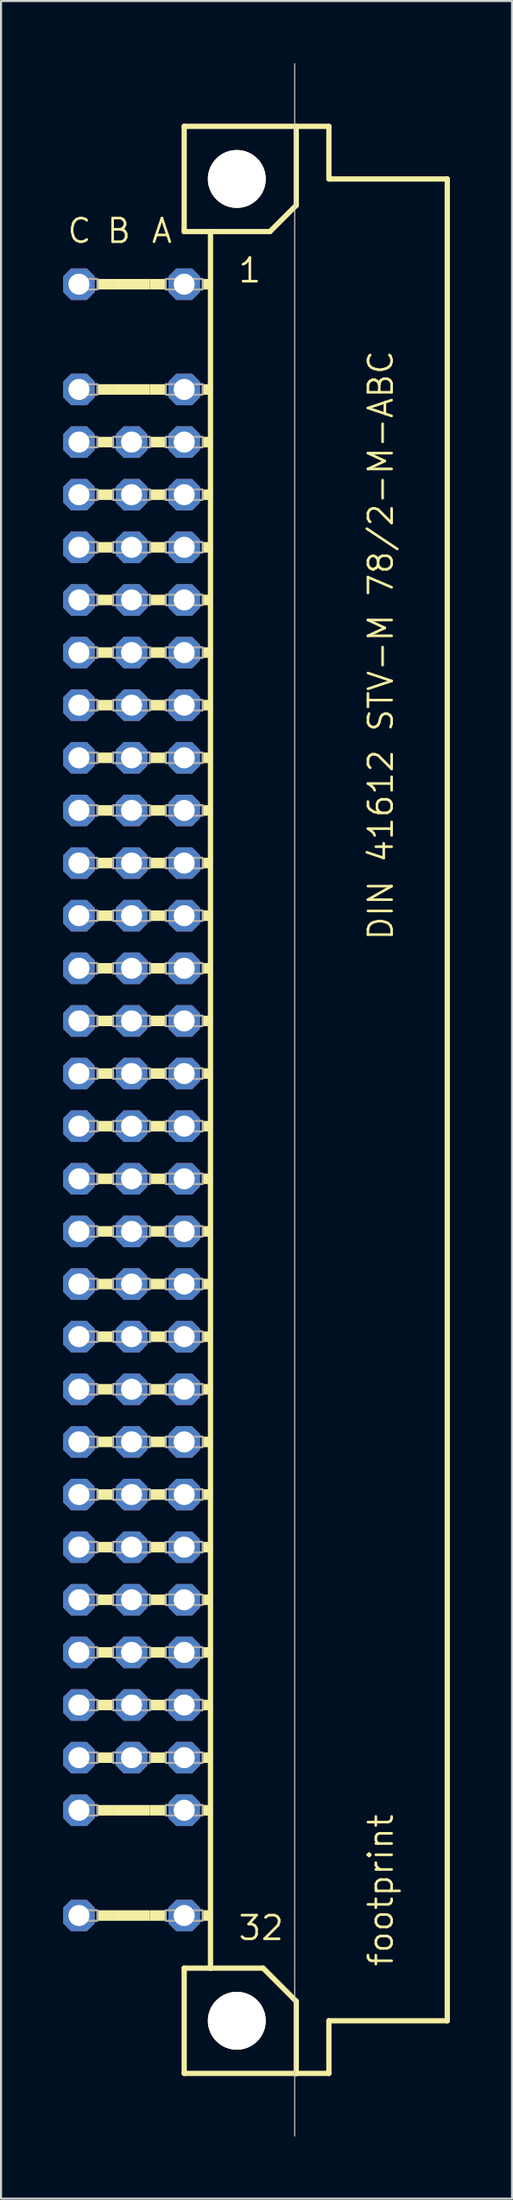
<source format=kicad_pcb>
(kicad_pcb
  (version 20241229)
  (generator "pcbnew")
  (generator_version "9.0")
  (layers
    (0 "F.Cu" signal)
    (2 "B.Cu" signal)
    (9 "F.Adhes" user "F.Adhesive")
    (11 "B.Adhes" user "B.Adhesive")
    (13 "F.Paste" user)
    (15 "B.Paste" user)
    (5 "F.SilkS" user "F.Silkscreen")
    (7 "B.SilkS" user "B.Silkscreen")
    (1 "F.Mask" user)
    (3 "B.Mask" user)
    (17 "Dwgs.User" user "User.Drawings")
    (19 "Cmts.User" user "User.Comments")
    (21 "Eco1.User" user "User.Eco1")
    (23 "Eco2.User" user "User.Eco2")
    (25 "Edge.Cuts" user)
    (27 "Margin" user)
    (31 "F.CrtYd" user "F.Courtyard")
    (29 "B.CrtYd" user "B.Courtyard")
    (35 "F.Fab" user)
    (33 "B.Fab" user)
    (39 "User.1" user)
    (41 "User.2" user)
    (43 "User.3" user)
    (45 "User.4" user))
  (footprint "footprint"
    (layer "F.Cu")
    (at 8.382 50.038)
    (property "Reference" "footprint" (at 7.62 41.91 90) (layer "F.SilkS") (effects (font (size 1.143 1.143) (thickness 0.127)) (justify left bottom)))
    (fp_line (start -2.54 -46.99) (end -2.54 -41.91) (stroke (width 0.254) (type solid)) (layer "F.SilkS"))
    (fp_line (start -2.54 -41.91) (end -1.27 -41.91) (stroke (width 0.254) (type solid)) (layer "F.SilkS"))
    (fp_line (start -2.54 41.91) (end -2.54 46.99) (stroke (width 0.254) (type solid)) (layer "F.SilkS"))
    (fp_line (start -2.54 41.91) (end -1.27 41.91) (stroke (width 0.254) (type solid)) (layer "F.SilkS"))
    (fp_line (start -2.54 46.99) (end 2.87 46.99) (stroke (width 0.254) (type solid)) (layer "F.SilkS"))
    (fp_line (start -1.27 -41.91) (end -1.27 41.91) (stroke (width 0.254) (type solid)) (layer "F.SilkS"))
    (fp_line (start -1.27 -41.91) (end 1.6 -41.91) (stroke (width 0.254) (type solid)) (layer "F.SilkS"))
    (fp_line (start -1.27 41.91) (end 1.27 41.91) (stroke (width 0.254) (type solid)) (layer "F.SilkS"))
    (fp_line (start 1.6 -41.91) (end 2.87 -43.18) (stroke (width 0.254) (type solid)) (layer "F.SilkS"))
    (fp_line (start 2.87 -46.99) (end -2.54 -46.99) (stroke (width 0.254) (type solid)) (layer "F.SilkS"))
    (fp_line (start 2.87 -43.18) (end 2.87 -46.99) (stroke (width 0.254) (type solid)) (layer "F.SilkS"))
    (fp_line (start 2.87 43.51) (end 1.27 41.91) (stroke (width 0.254) (type solid)) (layer "F.SilkS"))
    (fp_line (start 2.87 43.51) (end 2.87 46.99) (stroke (width 0.254) (type solid)) (layer "F.SilkS"))
    (fp_line (start 2.87 46.99) (end 4.445 46.99) (stroke (width 0.254) (type solid)) (layer "F.SilkS"))
    (fp_line (start 4.445 -46.99) (end 2.87 -46.99) (stroke (width 0.254) (type solid)) (layer "F.SilkS"))
    (fp_line (start 4.445 -44.45) (end 4.445 -46.99) (stroke (width 0.254) (type solid)) (layer "F.SilkS"))
    (fp_line (start 4.445 44.45) (end 10.16 44.45) (stroke (width 0.254) (type solid)) (layer "F.SilkS"))
    (fp_line (start 4.445 46.99) (end 4.445 44.45) (stroke (width 0.254) (type solid)) (layer "F.SilkS"))
    (fp_line (start 10.16 -44.45) (end 4.445 -44.45) (stroke (width 0.254) (type solid)) (layer "F.SilkS"))
    (fp_line (start 10.16 44.45) (end 10.16 -44.45) (stroke (width 0.254) (type solid)) (layer "F.SilkS"))
    (fp_circle (center 0 -44.45) (end 1.27 -44.45) (stroke (width 0.254) (type solid)) (fill no) (layer "F.SilkS"))
    (fp_circle (center 0 44.45) (end 1.27 44.45) (stroke (width 0.254) (type solid)) (fill no) (layer "F.SilkS"))
    (fp_poly (pts (xy -6.731 -39.116) (xy -5.969 -39.116) (xy -5.969 -39.624) (xy -6.731 -39.624)) (stroke (width 0) (type solid)) (fill yes) (layer "F.SilkS"))
    (fp_poly (pts (xy -6.731 -34.036) (xy -5.969 -34.036) (xy -5.969 -34.544) (xy -6.731 -34.544)) (stroke (width 0) (type solid)) (fill yes) (layer "F.SilkS"))
    (fp_poly (pts (xy -6.731 -31.496) (xy -5.969 -31.496) (xy -5.969 -32.004) (xy -6.731 -32.004)) (stroke (width 0) (type solid)) (fill yes) (layer "F.SilkS"))
    (fp_poly (pts (xy -6.731 -28.956) (xy -5.969 -28.956) (xy -5.969 -29.464) (xy -6.731 -29.464)) (stroke (width 0) (type solid)) (fill yes) (layer "F.SilkS"))
    (fp_poly (pts (xy -6.731 -26.416) (xy -5.969 -26.416) (xy -5.969 -26.924) (xy -6.731 -26.924)) (stroke (width 0) (type solid)) (fill yes) (layer "F.SilkS"))
    (fp_poly (pts (xy -6.731 -23.876) (xy -5.969 -23.876) (xy -5.969 -24.384) (xy -6.731 -24.384)) (stroke (width 0) (type solid)) (fill yes) (layer "F.SilkS"))
    (fp_poly (pts (xy -6.731 -21.336) (xy -5.969 -21.336) (xy -5.969 -21.844) (xy -6.731 -21.844)) (stroke (width 0) (type solid)) (fill yes) (layer "F.SilkS"))
    (fp_poly (pts (xy -6.731 -18.796) (xy -5.969 -18.796) (xy -5.969 -19.304) (xy -6.731 -19.304)) (stroke (width 0) (type solid)) (fill yes) (layer "F.SilkS"))
    (fp_poly (pts (xy -6.731 -16.256) (xy -5.969 -16.256) (xy -5.969 -16.764) (xy -6.731 -16.764)) (stroke (width 0) (type solid)) (fill yes) (layer "F.SilkS"))
    (fp_poly (pts (xy -6.731 -13.716) (xy -5.969 -13.716) (xy -5.969 -14.224) (xy -6.731 -14.224)) (stroke (width 0) (type solid)) (fill yes) (layer "F.SilkS"))
    (fp_poly (pts (xy -6.731 -11.176) (xy -5.969 -11.176) (xy -5.969 -11.684) (xy -6.731 -11.684)) (stroke (width 0) (type solid)) (fill yes) (layer "F.SilkS"))
    (fp_poly (pts (xy -6.731 -8.636) (xy -5.969 -8.636) (xy -5.969 -9.144) (xy -6.731 -9.144)) (stroke (width 0) (type solid)) (fill yes) (layer "F.SilkS"))
    (fp_poly (pts (xy -6.731 -6.096) (xy -5.969 -6.096) (xy -5.969 -6.604) (xy -6.731 -6.604)) (stroke (width 0) (type solid)) (fill yes) (layer "F.SilkS"))
    (fp_poly (pts (xy -6.731 -3.556) (xy -5.969 -3.556) (xy -5.969 -4.064) (xy -6.731 -4.064)) (stroke (width 0) (type solid)) (fill yes) (layer "F.SilkS"))
    (fp_poly (pts (xy -6.731 -1.016) (xy -5.969 -1.016) (xy -5.969 -1.524) (xy -6.731 -1.524)) (stroke (width 0) (type solid)) (fill yes) (layer "F.SilkS"))
    (fp_poly (pts (xy -6.731 1.524) (xy -5.969 1.524) (xy -5.969 1.016) (xy -6.731 1.016)) (stroke (width 0) (type solid)) (fill yes) (layer "F.SilkS"))
    (fp_poly (pts (xy -6.731 4.064) (xy -5.969 4.064) (xy -5.969 3.556) (xy -6.731 3.556)) (stroke (width 0) (type solid)) (fill yes) (layer "F.SilkS"))
    (fp_poly (pts (xy -6.731 6.604) (xy -5.969 6.604) (xy -5.969 6.096) (xy -6.731 6.096)) (stroke (width 0) (type solid)) (fill yes) (layer "F.SilkS"))
    (fp_poly (pts (xy -6.731 9.144) (xy -5.969 9.144) (xy -5.969 8.636) (xy -6.731 8.636)) (stroke (width 0) (type solid)) (fill yes) (layer "F.SilkS"))
    (fp_poly (pts (xy -6.731 11.684) (xy -5.969 11.684) (xy -5.969 11.176) (xy -6.731 11.176)) (stroke (width 0) (type solid)) (fill yes) (layer "F.SilkS"))
    (fp_poly (pts (xy -6.731 14.224) (xy -5.969 14.224) (xy -5.969 13.716) (xy -6.731 13.716)) (stroke (width 0) (type solid)) (fill yes) (layer "F.SilkS"))
    (fp_poly (pts (xy -6.731 16.764) (xy -5.969 16.764) (xy -5.969 16.256) (xy -6.731 16.256)) (stroke (width 0) (type solid)) (fill yes) (layer "F.SilkS"))
    (fp_poly (pts (xy -6.731 19.304) (xy -5.969 19.304) (xy -5.969 18.796) (xy -6.731 18.796)) (stroke (width 0) (type solid)) (fill yes) (layer "F.SilkS"))
    (fp_poly (pts (xy -6.731 21.844) (xy -5.969 21.844) (xy -5.969 21.336) (xy -6.731 21.336)) (stroke (width 0) (type solid)) (fill yes) (layer "F.SilkS"))
    (fp_poly (pts (xy -6.731 24.384) (xy -5.969 24.384) (xy -5.969 23.876) (xy -6.731 23.876)) (stroke (width 0) (type solid)) (fill yes) (layer "F.SilkS"))
    (fp_poly (pts (xy -6.731 26.924) (xy -5.969 26.924) (xy -5.969 26.416) (xy -6.731 26.416)) (stroke (width 0) (type solid)) (fill yes) (layer "F.SilkS"))
    (fp_poly (pts (xy -6.731 29.464) (xy -5.969 29.464) (xy -5.969 28.956) (xy -6.731 28.956)) (stroke (width 0) (type solid)) (fill yes) (layer "F.SilkS"))
    (fp_poly (pts (xy -6.731 32.004) (xy -5.969 32.004) (xy -5.969 31.496) (xy -6.731 31.496)) (stroke (width 0) (type solid)) (fill yes) (layer "F.SilkS"))
    (fp_poly (pts (xy -6.731 34.544) (xy -5.969 34.544) (xy -5.969 34.036) (xy -6.731 34.036)) (stroke (width 0) (type solid)) (fill yes) (layer "F.SilkS"))
    (fp_poly (pts (xy -6.731 39.624) (xy -5.969 39.624) (xy -5.969 39.116) (xy -6.731 39.116)) (stroke (width 0) (type solid)) (fill yes) (layer "F.SilkS"))
    (fp_poly (pts (xy -5.969 -39.116) (xy -4.191 -39.116) (xy -4.191 -39.624) (xy -5.969 -39.624)) (stroke (width 0) (type solid)) (fill yes) (layer "F.SilkS"))
    (fp_poly (pts (xy -5.969 -34.036) (xy -4.191 -34.036) (xy -4.191 -34.544) (xy -5.969 -34.544)) (stroke (width 0) (type solid)) (fill yes) (layer "F.SilkS"))
    (fp_poly (pts (xy -5.969 34.544) (xy -4.191 34.544) (xy -4.191 34.036) (xy -5.969 34.036)) (stroke (width 0) (type solid)) (fill yes) (layer "F.SilkS"))
    (fp_poly (pts (xy -5.969 39.624) (xy -4.191 39.624) (xy -4.191 39.116) (xy -5.969 39.116)) (stroke (width 0) (type solid)) (fill yes) (layer "F.SilkS"))
    (fp_poly (pts (xy -4.191 -39.116) (xy -3.429 -39.116) (xy -3.429 -39.624) (xy -4.191 -39.624)) (stroke (width 0) (type solid)) (fill yes) (layer "F.SilkS"))
    (fp_poly (pts (xy -4.191 -34.036) (xy -3.429 -34.036) (xy -3.429 -34.544) (xy -4.191 -34.544)) (stroke (width 0) (type solid)) (fill yes) (layer "F.SilkS"))
    (fp_poly (pts (xy -4.191 -31.496) (xy -3.429 -31.496) (xy -3.429 -32.004) (xy -4.191 -32.004)) (stroke (width 0) (type solid)) (fill yes) (layer "F.SilkS"))
    (fp_poly (pts (xy -4.191 -28.956) (xy -3.429 -28.956) (xy -3.429 -29.464) (xy -4.191 -29.464)) (stroke (width 0) (type solid)) (fill yes) (layer "F.SilkS"))
    (fp_poly (pts (xy -4.191 -26.416) (xy -3.429 -26.416) (xy -3.429 -26.924) (xy -4.191 -26.924)) (stroke (width 0) (type solid)) (fill yes) (layer "F.SilkS"))
    (fp_poly (pts (xy -4.191 -23.876) (xy -3.429 -23.876) (xy -3.429 -24.384) (xy -4.191 -24.384)) (stroke (width 0) (type solid)) (fill yes) (layer "F.SilkS"))
    (fp_poly (pts (xy -4.191 -21.336) (xy -3.429 -21.336) (xy -3.429 -21.844) (xy -4.191 -21.844)) (stroke (width 0) (type solid)) (fill yes) (layer "F.SilkS"))
    (fp_poly (pts (xy -4.191 -18.796) (xy -3.429 -18.796) (xy -3.429 -19.304) (xy -4.191 -19.304)) (stroke (width 0) (type solid)) (fill yes) (layer "F.SilkS"))
    (fp_poly (pts (xy -4.191 -16.256) (xy -3.429 -16.256) (xy -3.429 -16.764) (xy -4.191 -16.764)) (stroke (width 0) (type solid)) (fill yes) (layer "F.SilkS"))
    (fp_poly (pts (xy -4.191 -13.716) (xy -3.429 -13.716) (xy -3.429 -14.224) (xy -4.191 -14.224)) (stroke (width 0) (type solid)) (fill yes) (layer "F.SilkS"))
    (fp_poly (pts (xy -4.191 -11.176) (xy -3.429 -11.176) (xy -3.429 -11.684) (xy -4.191 -11.684)) (stroke (width 0) (type solid)) (fill yes) (layer "F.SilkS"))
    (fp_poly (pts (xy -4.191 -8.636) (xy -3.429 -8.636) (xy -3.429 -9.144) (xy -4.191 -9.144)) (stroke (width 0) (type solid)) (fill yes) (layer "F.SilkS"))
    (fp_poly (pts (xy -4.191 -6.096) (xy -3.429 -6.096) (xy -3.429 -6.604) (xy -4.191 -6.604)) (stroke (width 0) (type solid)) (fill yes) (layer "F.SilkS"))
    (fp_poly (pts (xy -4.191 -3.556) (xy -3.429 -3.556) (xy -3.429 -4.064) (xy -4.191 -4.064)) (stroke (width 0) (type solid)) (fill yes) (layer "F.SilkS"))
    (fp_poly (pts (xy -4.191 -1.016) (xy -3.429 -1.016) (xy -3.429 -1.524) (xy -4.191 -1.524)) (stroke (width 0) (type solid)) (fill yes) (layer "F.SilkS"))
    (fp_poly (pts (xy -4.191 1.524) (xy -3.429 1.524) (xy -3.429 1.016) (xy -4.191 1.016)) (stroke (width 0) (type solid)) (fill yes) (layer "F.SilkS"))
    (fp_poly (pts (xy -4.191 4.064) (xy -3.429 4.064) (xy -3.429 3.556) (xy -4.191 3.556)) (stroke (width 0) (type solid)) (fill yes) (layer "F.SilkS"))
    (fp_poly (pts (xy -4.191 6.604) (xy -3.429 6.604) (xy -3.429 6.096) (xy -4.191 6.096)) (stroke (width 0) (type solid)) (fill yes) (layer "F.SilkS"))
    (fp_poly (pts (xy -4.191 9.144) (xy -3.429 9.144) (xy -3.429 8.636) (xy -4.191 8.636)) (stroke (width 0) (type solid)) (fill yes) (layer "F.SilkS"))
    (fp_poly (pts (xy -4.191 11.684) (xy -3.429 11.684) (xy -3.429 11.176) (xy -4.191 11.176)) (stroke (width 0) (type solid)) (fill yes) (layer "F.SilkS"))
    (fp_poly (pts (xy -4.191 14.224) (xy -3.429 14.224) (xy -3.429 13.716) (xy -4.191 13.716)) (stroke (width 0) (type solid)) (fill yes) (layer "F.SilkS"))
    (fp_poly (pts (xy -4.191 16.764) (xy -3.429 16.764) (xy -3.429 16.256) (xy -4.191 16.256)) (stroke (width 0) (type solid)) (fill yes) (layer "F.SilkS"))
    (fp_poly (pts (xy -4.191 19.304) (xy -3.429 19.304) (xy -3.429 18.796) (xy -4.191 18.796)) (stroke (width 0) (type solid)) (fill yes) (layer "F.SilkS"))
    (fp_poly (pts (xy -4.191 21.844) (xy -3.429 21.844) (xy -3.429 21.336) (xy -4.191 21.336)) (stroke (width 0) (type solid)) (fill yes) (layer "F.SilkS"))
    (fp_poly (pts (xy -4.191 24.384) (xy -3.429 24.384) (xy -3.429 23.876) (xy -4.191 23.876)) (stroke (width 0) (type solid)) (fill yes) (layer "F.SilkS"))
    (fp_poly (pts (xy -4.191 26.924) (xy -3.429 26.924) (xy -3.429 26.416) (xy -4.191 26.416)) (stroke (width 0) (type solid)) (fill yes) (layer "F.SilkS"))
    (fp_poly (pts (xy -4.191 29.464) (xy -3.429 29.464) (xy -3.429 28.956) (xy -4.191 28.956)) (stroke (width 0) (type solid)) (fill yes) (layer "F.SilkS"))
    (fp_poly (pts (xy -4.191 32.004) (xy -3.429 32.004) (xy -3.429 31.496) (xy -4.191 31.496)) (stroke (width 0) (type solid)) (fill yes) (layer "F.SilkS"))
    (fp_poly (pts (xy -4.191 34.544) (xy -3.429 34.544) (xy -3.429 34.036) (xy -4.191 34.036)) (stroke (width 0) (type solid)) (fill yes) (layer "F.SilkS"))
    (fp_poly (pts (xy -4.191 39.624) (xy -3.429 39.624) (xy -3.429 39.116) (xy -4.191 39.116)) (stroke (width 0) (type solid)) (fill yes) (layer "F.SilkS"))
    (fp_poly (pts (xy -1.651 -39.116) (xy -1.27 -39.116) (xy -1.27 -39.624) (xy -1.651 -39.624)) (stroke (width 0) (type solid)) (fill yes) (layer "F.SilkS"))
    (fp_poly (pts (xy -1.651 -34.036) (xy -1.27 -34.036) (xy -1.27 -34.544) (xy -1.651 -34.544)) (stroke (width 0) (type solid)) (fill yes) (layer "F.SilkS"))
    (fp_poly (pts (xy -1.651 -31.496) (xy -1.27 -31.496) (xy -1.27 -32.004) (xy -1.651 -32.004)) (stroke (width 0) (type solid)) (fill yes) (layer "F.SilkS"))
    (fp_poly (pts (xy -1.651 -28.956) (xy -1.27 -28.956) (xy -1.27 -29.464) (xy -1.651 -29.464)) (stroke (width 0) (type solid)) (fill yes) (layer "F.SilkS"))
    (fp_poly (pts (xy -1.651 -26.416) (xy -1.27 -26.416) (xy -1.27 -26.924) (xy -1.651 -26.924)) (stroke (width 0) (type solid)) (fill yes) (layer "F.SilkS"))
    (fp_poly (pts (xy -1.651 -23.876) (xy -1.27 -23.876) (xy -1.27 -24.384) (xy -1.651 -24.384)) (stroke (width 0) (type solid)) (fill yes) (layer "F.SilkS"))
    (fp_poly (pts (xy -1.651 -21.336) (xy -1.27 -21.336) (xy -1.27 -21.844) (xy -1.651 -21.844)) (stroke (width 0) (type solid)) (fill yes) (layer "F.SilkS"))
    (fp_poly (pts (xy -1.651 -18.796) (xy -1.27 -18.796) (xy -1.27 -19.304) (xy -1.651 -19.304)) (stroke (width 0) (type solid)) (fill yes) (layer "F.SilkS"))
    (fp_poly (pts (xy -1.651 -16.256) (xy -1.27 -16.256) (xy -1.27 -16.764) (xy -1.651 -16.764)) (stroke (width 0) (type solid)) (fill yes) (layer "F.SilkS"))
    (fp_poly (pts (xy -1.651 -13.716) (xy -1.27 -13.716) (xy -1.27 -14.224) (xy -1.651 -14.224)) (stroke (width 0) (type solid)) (fill yes) (layer "F.SilkS"))
    (fp_poly (pts (xy -1.651 -11.176) (xy -1.27 -11.176) (xy -1.27 -11.684) (xy -1.651 -11.684)) (stroke (width 0) (type solid)) (fill yes) (layer "F.SilkS"))
    (fp_poly (pts (xy -1.651 -8.636) (xy -1.27 -8.636) (xy -1.27 -9.144) (xy -1.651 -9.144)) (stroke (width 0) (type solid)) (fill yes) (layer "F.SilkS"))
    (fp_poly (pts (xy -1.651 -6.096) (xy -1.27 -6.096) (xy -1.27 -6.604) (xy -1.651 -6.604)) (stroke (width 0) (type solid)) (fill yes) (layer "F.SilkS"))
    (fp_poly (pts (xy -1.651 -3.556) (xy -1.27 -3.556) (xy -1.27 -4.064) (xy -1.651 -4.064)) (stroke (width 0) (type solid)) (fill yes) (layer "F.SilkS"))
    (fp_poly (pts (xy -1.651 -1.016) (xy -1.27 -1.016) (xy -1.27 -1.524) (xy -1.651 -1.524)) (stroke (width 0) (type solid)) (fill yes) (layer "F.SilkS"))
    (fp_poly (pts (xy -1.651 1.524) (xy -1.27 1.524) (xy -1.27 1.016) (xy -1.651 1.016)) (stroke (width 0) (type solid)) (fill yes) (layer "F.SilkS"))
    (fp_poly (pts (xy -1.651 4.064) (xy -1.27 4.064) (xy -1.27 3.556) (xy -1.651 3.556)) (stroke (width 0) (type solid)) (fill yes) (layer "F.SilkS"))
    (fp_poly (pts (xy -1.651 6.604) (xy -1.27 6.604) (xy -1.27 6.096) (xy -1.651 6.096)) (stroke (width 0) (type solid)) (fill yes) (layer "F.SilkS"))
    (fp_poly (pts (xy -1.651 9.144) (xy -1.27 9.144) (xy -1.27 8.636) (xy -1.651 8.636)) (stroke (width 0) (type solid)) (fill yes) (layer "F.SilkS"))
    (fp_poly (pts (xy -1.651 11.684) (xy -1.27 11.684) (xy -1.27 11.176) (xy -1.651 11.176)) (stroke (width 0) (type solid)) (fill yes) (layer "F.SilkS"))
    (fp_poly (pts (xy -1.651 14.224) (xy -1.27 14.224) (xy -1.27 13.716) (xy -1.651 13.716)) (stroke (width 0) (type solid)) (fill yes) (layer "F.SilkS"))
    (fp_poly (pts (xy -1.651 16.764) (xy -1.27 16.764) (xy -1.27 16.256) (xy -1.651 16.256)) (stroke (width 0) (type solid)) (fill yes) (layer "F.SilkS"))
    (fp_poly (pts (xy -1.651 19.304) (xy -1.27 19.304) (xy -1.27 18.796) (xy -1.651 18.796)) (stroke (width 0) (type solid)) (fill yes) (layer "F.SilkS"))
    (fp_poly (pts (xy -1.651 21.844) (xy -1.27 21.844) (xy -1.27 21.336) (xy -1.651 21.336)) (stroke (width 0) (type solid)) (fill yes) (layer "F.SilkS"))
    (fp_poly (pts (xy -1.651 24.384) (xy -1.27 24.384) (xy -1.27 23.876) (xy -1.651 23.876)) (stroke (width 0) (type solid)) (fill yes) (layer "F.SilkS"))
    (fp_poly (pts (xy -1.651 26.924) (xy -1.27 26.924) (xy -1.27 26.416) (xy -1.651 26.416)) (stroke (width 0) (type solid)) (fill yes) (layer "F.SilkS"))
    (fp_poly (pts (xy -1.651 29.464) (xy -1.27 29.464) (xy -1.27 28.956) (xy -1.651 28.956)) (stroke (width 0) (type solid)) (fill yes) (layer "F.SilkS"))
    (fp_poly (pts (xy -1.651 32.004) (xy -1.27 32.004) (xy -1.27 31.496) (xy -1.651 31.496)) (stroke (width 0) (type solid)) (fill yes) (layer "F.SilkS"))
    (fp_poly (pts (xy -1.651 34.544) (xy -1.27 34.544) (xy -1.27 34.036) (xy -1.651 34.036)) (stroke (width 0) (type solid)) (fill yes) (layer "F.SilkS"))
    (fp_poly (pts (xy -1.651 39.624) (xy -1.27 39.624) (xy -1.27 39.116) (xy -1.651 39.116)) (stroke (width 0) (type solid)) (fill yes) (layer "F.SilkS"))
    (fp_line (start 2.794 50.013) (end 2.794 -50.013) (stroke (width 0.05) (type solid)) (layer "Edge.Cuts"))
    (fp_poly (pts (xy -7.874 -39.116) (xy -6.731 -39.116) (xy -6.731 -39.624) (xy -7.874 -39.624)) (stroke (width 0.1) (type solid)) (fill no) (layer "F.Fab"))
    (fp_poly (pts (xy -7.874 -34.036) (xy -6.731 -34.036) (xy -6.731 -34.544) (xy -7.874 -34.544)) (stroke (width 0.1) (type solid)) (fill no) (layer "F.Fab"))
    (fp_poly (pts (xy -7.874 -31.496) (xy -6.731 -31.496) (xy -6.731 -32.004) (xy -7.874 -32.004)) (stroke (width 0.1) (type solid)) (fill no) (layer "F.Fab"))
    (fp_poly (pts (xy -7.874 -28.956) (xy -6.731 -28.956) (xy -6.731 -29.464) (xy -7.874 -29.464)) (stroke (width 0.1) (type solid)) (fill no) (layer "F.Fab"))
    (fp_poly (pts (xy -7.874 -26.416) (xy -6.731 -26.416) (xy -6.731 -26.924) (xy -7.874 -26.924)) (stroke (width 0.1) (type solid)) (fill no) (layer "F.Fab"))
    (fp_poly (pts (xy -7.874 -23.876) (xy -6.731 -23.876) (xy -6.731 -24.384) (xy -7.874 -24.384)) (stroke (width 0.1) (type solid)) (fill no) (layer "F.Fab"))
    (fp_poly (pts (xy -7.874 -21.336) (xy -6.731 -21.336) (xy -6.731 -21.844) (xy -7.874 -21.844)) (stroke (width 0.1) (type solid)) (fill no) (layer "F.Fab"))
    (fp_poly (pts (xy -7.874 -18.796) (xy -6.731 -18.796) (xy -6.731 -19.304) (xy -7.874 -19.304)) (stroke (width 0.1) (type solid)) (fill no) (layer "F.Fab"))
    (fp_poly (pts (xy -7.874 -16.256) (xy -6.731 -16.256) (xy -6.731 -16.764) (xy -7.874 -16.764)) (stroke (width 0.1) (type solid)) (fill no) (layer "F.Fab"))
    (fp_poly (pts (xy -7.874 -13.716) (xy -6.731 -13.716) (xy -6.731 -14.224) (xy -7.874 -14.224)) (stroke (width 0.1) (type solid)) (fill no) (layer "F.Fab"))
    (fp_poly (pts (xy -7.874 -11.176) (xy -6.731 -11.176) (xy -6.731 -11.684) (xy -7.874 -11.684)) (stroke (width 0.1) (type solid)) (fill no) (layer "F.Fab"))
    (fp_poly (pts (xy -7.874 -8.636) (xy -6.731 -8.636) (xy -6.731 -9.144) (xy -7.874 -9.144)) (stroke (width 0.1) (type solid)) (fill no) (layer "F.Fab"))
    (fp_poly (pts (xy -7.874 -6.096) (xy -6.731 -6.096) (xy -6.731 -6.604) (xy -7.874 -6.604)) (stroke (width 0.1) (type solid)) (fill no) (layer "F.Fab"))
    (fp_poly (pts (xy -7.874 -3.556) (xy -6.731 -3.556) (xy -6.731 -4.064) (xy -7.874 -4.064)) (stroke (width 0.1) (type solid)) (fill no) (layer "F.Fab"))
    (fp_poly (pts (xy -7.874 -1.016) (xy -6.731 -1.016) (xy -6.731 -1.524) (xy -7.874 -1.524)) (stroke (width 0.1) (type solid)) (fill no) (layer "F.Fab"))
    (fp_poly (pts (xy -7.874 1.524) (xy -6.731 1.524) (xy -6.731 1.016) (xy -7.874 1.016)) (stroke (width 0.1) (type solid)) (fill no) (layer "F.Fab"))
    (fp_poly (pts (xy -7.874 4.064) (xy -6.731 4.064) (xy -6.731 3.556) (xy -7.874 3.556)) (stroke (width 0.1) (type solid)) (fill no) (layer "F.Fab"))
    (fp_poly (pts (xy -7.874 6.604) (xy -6.731 6.604) (xy -6.731 6.096) (xy -7.874 6.096)) (stroke (width 0.1) (type solid)) (fill no) (layer "F.Fab"))
    (fp_poly (pts (xy -7.874 9.144) (xy -6.731 9.144) (xy -6.731 8.636) (xy -7.874 8.636)) (stroke (width 0.1) (type solid)) (fill no) (layer "F.Fab"))
    (fp_poly (pts (xy -7.874 11.684) (xy -6.731 11.684) (xy -6.731 11.176) (xy -7.874 11.176)) (stroke (width 0.1) (type solid)) (fill no) (layer "F.Fab"))
    (fp_poly (pts (xy -7.874 14.224) (xy -6.731 14.224) (xy -6.731 13.716) (xy -7.874 13.716)) (stroke (width 0.1) (type solid)) (fill no) (layer "F.Fab"))
    (fp_poly (pts (xy -7.874 16.764) (xy -6.731 16.764) (xy -6.731 16.256) (xy -7.874 16.256)) (stroke (width 0.1) (type solid)) (fill no) (layer "F.Fab"))
    (fp_poly (pts (xy -7.874 19.304) (xy -6.731 19.304) (xy -6.731 18.796) (xy -7.874 18.796)) (stroke (width 0.1) (type solid)) (fill no) (layer "F.Fab"))
    (fp_poly (pts (xy -7.874 21.844) (xy -6.731 21.844) (xy -6.731 21.336) (xy -7.874 21.336)) (stroke (width 0.1) (type solid)) (fill no) (layer "F.Fab"))
    (fp_poly (pts (xy -7.874 24.384) (xy -6.731 24.384) (xy -6.731 23.876) (xy -7.874 23.876)) (stroke (width 0.1) (type solid)) (fill no) (layer "F.Fab"))
    (fp_poly (pts (xy -7.874 26.924) (xy -6.731 26.924) (xy -6.731 26.416) (xy -7.874 26.416)) (stroke (width 0.1) (type solid)) (fill no) (layer "F.Fab"))
    (fp_poly (pts (xy -7.874 29.464) (xy -6.731 29.464) (xy -6.731 28.956) (xy -7.874 28.956)) (stroke (width 0.1) (type solid)) (fill no) (layer "F.Fab"))
    (fp_poly (pts (xy -7.874 32.004) (xy -6.731 32.004) (xy -6.731 31.496) (xy -7.874 31.496)) (stroke (width 0.1) (type solid)) (fill no) (layer "F.Fab"))
    (fp_poly (pts (xy -7.874 34.544) (xy -6.731 34.544) (xy -6.731 34.036) (xy -7.874 34.036)) (stroke (width 0.1) (type solid)) (fill no) (layer "F.Fab"))
    (fp_poly (pts (xy -7.874 39.624) (xy -6.731 39.624) (xy -6.731 39.116) (xy -7.874 39.116)) (stroke (width 0.1) (type solid)) (fill no) (layer "F.Fab"))
    (fp_poly (pts (xy -5.969 -31.496) (xy -4.191 -31.496) (xy -4.191 -32.004) (xy -5.969 -32.004)) (stroke (width 0.1) (type solid)) (fill no) (layer "F.Fab"))
    (fp_poly (pts (xy -5.969 -28.956) (xy -4.191 -28.956) (xy -4.191 -29.464) (xy -5.969 -29.464)) (stroke (width 0.1) (type solid)) (fill no) (layer "F.Fab"))
    (fp_poly (pts (xy -5.969 -26.416) (xy -4.191 -26.416) (xy -4.191 -26.924) (xy -5.969 -26.924)) (stroke (width 0.1) (type solid)) (fill no) (layer "F.Fab"))
    (fp_poly (pts (xy -5.969 -23.876) (xy -4.191 -23.876) (xy -4.191 -24.384) (xy -5.969 -24.384)) (stroke (width 0.1) (type solid)) (fill no) (layer "F.Fab"))
    (fp_poly (pts (xy -5.969 -21.336) (xy -4.191 -21.336) (xy -4.191 -21.844) (xy -5.969 -21.844)) (stroke (width 0.1) (type solid)) (fill no) (layer "F.Fab"))
    (fp_poly (pts (xy -5.969 -18.796) (xy -4.191 -18.796) (xy -4.191 -19.304) (xy -5.969 -19.304)) (stroke (width 0.1) (type solid)) (fill no) (layer "F.Fab"))
    (fp_poly (pts (xy -5.969 -16.256) (xy -4.191 -16.256) (xy -4.191 -16.764) (xy -5.969 -16.764)) (stroke (width 0.1) (type solid)) (fill no) (layer "F.Fab"))
    (fp_poly (pts (xy -5.969 -13.716) (xy -4.191 -13.716) (xy -4.191 -14.224) (xy -5.969 -14.224)) (stroke (width 0.1) (type solid)) (fill no) (layer "F.Fab"))
    (fp_poly (pts (xy -5.969 -11.176) (xy -4.191 -11.176) (xy -4.191 -11.684) (xy -5.969 -11.684)) (stroke (width 0.1) (type solid)) (fill no) (layer "F.Fab"))
    (fp_poly (pts (xy -5.969 -8.636) (xy -4.191 -8.636) (xy -4.191 -9.144) (xy -5.969 -9.144)) (stroke (width 0.1) (type solid)) (fill no) (layer "F.Fab"))
    (fp_poly (pts (xy -5.969 -6.096) (xy -4.191 -6.096) (xy -4.191 -6.604) (xy -5.969 -6.604)) (stroke (width 0.1) (type solid)) (fill no) (layer "F.Fab"))
    (fp_poly (pts (xy -5.969 -3.556) (xy -4.191 -3.556) (xy -4.191 -4.064) (xy -5.969 -4.064)) (stroke (width 0.1) (type solid)) (fill no) (layer "F.Fab"))
    (fp_poly (pts (xy -5.969 -1.016) (xy -4.191 -1.016) (xy -4.191 -1.524) (xy -5.969 -1.524)) (stroke (width 0.1) (type solid)) (fill no) (layer "F.Fab"))
    (fp_poly (pts (xy -5.969 1.524) (xy -4.191 1.524) (xy -4.191 1.016) (xy -5.969 1.016)) (stroke (width 0.1) (type solid)) (fill no) (layer "F.Fab"))
    (fp_poly (pts (xy -5.969 4.064) (xy -4.191 4.064) (xy -4.191 3.556) (xy -5.969 3.556)) (stroke (width 0.1) (type solid)) (fill no) (layer "F.Fab"))
    (fp_poly (pts (xy -5.969 6.604) (xy -4.191 6.604) (xy -4.191 6.096) (xy -5.969 6.096)) (stroke (width 0.1) (type solid)) (fill no) (layer "F.Fab"))
    (fp_poly (pts (xy -5.969 9.144) (xy -4.191 9.144) (xy -4.191 8.636) (xy -5.969 8.636)) (stroke (width 0.1) (type solid)) (fill no) (layer "F.Fab"))
    (fp_poly (pts (xy -5.969 11.684) (xy -4.191 11.684) (xy -4.191 11.176) (xy -5.969 11.176)) (stroke (width 0.1) (type solid)) (fill no) (layer "F.Fab"))
    (fp_poly (pts (xy -5.969 14.224) (xy -4.191 14.224) (xy -4.191 13.716) (xy -5.969 13.716)) (stroke (width 0.1) (type solid)) (fill no) (layer "F.Fab"))
    (fp_poly (pts (xy -5.969 16.764) (xy -4.191 16.764) (xy -4.191 16.256) (xy -5.969 16.256)) (stroke (width 0.1) (type solid)) (fill no) (layer "F.Fab"))
    (fp_poly (pts (xy -5.969 19.304) (xy -4.191 19.304) (xy -4.191 18.796) (xy -5.969 18.796)) (stroke (width 0.1) (type solid)) (fill no) (layer "F.Fab"))
    (fp_poly (pts (xy -5.969 21.844) (xy -4.191 21.844) (xy -4.191 21.336) (xy -5.969 21.336)) (stroke (width 0.1) (type solid)) (fill no) (layer "F.Fab"))
    (fp_poly (pts (xy -5.969 24.384) (xy -4.191 24.384) (xy -4.191 23.876) (xy -5.969 23.876)) (stroke (width 0.1) (type solid)) (fill no) (layer "F.Fab"))
    (fp_poly (pts (xy -5.969 26.924) (xy -4.191 26.924) (xy -4.191 26.416) (xy -5.969 26.416)) (stroke (width 0.1) (type solid)) (fill no) (layer "F.Fab"))
    (fp_poly (pts (xy -5.969 29.464) (xy -4.191 29.464) (xy -4.191 28.956) (xy -5.969 28.956)) (stroke (width 0.1) (type solid)) (fill no) (layer "F.Fab"))
    (fp_poly (pts (xy -5.969 32.004) (xy -4.191 32.004) (xy -4.191 31.496) (xy -5.969 31.496)) (stroke (width 0.1) (type solid)) (fill no) (layer "F.Fab"))
    (fp_poly (pts (xy -3.429 -39.116) (xy -1.651 -39.116) (xy -1.651 -39.624) (xy -3.429 -39.624)) (stroke (width 0.1) (type solid)) (fill no) (layer "F.Fab"))
    (fp_poly (pts (xy -3.429 -34.036) (xy -1.651 -34.036) (xy -1.651 -34.544) (xy -3.429 -34.544)) (stroke (width 0.1) (type solid)) (fill no) (layer "F.Fab"))
    (fp_poly (pts (xy -3.429 -31.496) (xy -1.651 -31.496) (xy -1.651 -32.004) (xy -3.429 -32.004)) (stroke (width 0.1) (type solid)) (fill no) (layer "F.Fab"))
    (fp_poly (pts (xy -3.429 -28.956) (xy -1.651 -28.956) (xy -1.651 -29.464) (xy -3.429 -29.464)) (stroke (width 0.1) (type solid)) (fill no) (layer "F.Fab"))
    (fp_poly (pts (xy -3.429 -26.416) (xy -1.651 -26.416) (xy -1.651 -26.924) (xy -3.429 -26.924)) (stroke (width 0.1) (type solid)) (fill no) (layer "F.Fab"))
    (fp_poly (pts (xy -3.429 -23.876) (xy -1.651 -23.876) (xy -1.651 -24.384) (xy -3.429 -24.384)) (stroke (width 0.1) (type solid)) (fill no) (layer "F.Fab"))
    (fp_poly (pts (xy -3.429 -21.336) (xy -1.651 -21.336) (xy -1.651 -21.844) (xy -3.429 -21.844)) (stroke (width 0.1) (type solid)) (fill no) (layer "F.Fab"))
    (fp_poly (pts (xy -3.429 -18.796) (xy -1.651 -18.796) (xy -1.651 -19.304) (xy -3.429 -19.304)) (stroke (width 0.1) (type solid)) (fill no) (layer "F.Fab"))
    (fp_poly (pts (xy -3.429 -16.256) (xy -1.651 -16.256) (xy -1.651 -16.764) (xy -3.429 -16.764)) (stroke (width 0.1) (type solid)) (fill no) (layer "F.Fab"))
    (fp_poly (pts (xy -3.429 -13.716) (xy -1.651 -13.716) (xy -1.651 -14.224) (xy -3.429 -14.224)) (stroke (width 0.1) (type solid)) (fill no) (layer "F.Fab"))
    (fp_poly (pts (xy -3.429 -11.176) (xy -1.651 -11.176) (xy -1.651 -11.684) (xy -3.429 -11.684)) (stroke (width 0.1) (type solid)) (fill no) (layer "F.Fab"))
    (fp_poly (pts (xy -3.429 -8.636) (xy -1.651 -8.636) (xy -1.651 -9.144) (xy -3.429 -9.144)) (stroke (width 0.1) (type solid)) (fill no) (layer "F.Fab"))
    (fp_poly (pts (xy -3.429 -6.096) (xy -1.651 -6.096) (xy -1.651 -6.604) (xy -3.429 -6.604)) (stroke (width 0.1) (type solid)) (fill no) (layer "F.Fab"))
    (fp_poly (pts (xy -3.429 -3.556) (xy -1.651 -3.556) (xy -1.651 -4.064) (xy -3.429 -4.064)) (stroke (width 0.1) (type solid)) (fill no) (layer "F.Fab"))
    (fp_poly (pts (xy -3.429 -1.016) (xy -1.651 -1.016) (xy -1.651 -1.524) (xy -3.429 -1.524)) (stroke (width 0.1) (type solid)) (fill no) (layer "F.Fab"))
    (fp_poly (pts (xy -3.429 1.524) (xy -1.651 1.524) (xy -1.651 1.016) (xy -3.429 1.016)) (stroke (width 0.1) (type solid)) (fill no) (layer "F.Fab"))
    (fp_poly (pts (xy -3.429 4.064) (xy -1.651 4.064) (xy -1.651 3.556) (xy -3.429 3.556)) (stroke (width 0.1) (type solid)) (fill no) (layer "F.Fab"))
    (fp_poly (pts (xy -3.429 6.604) (xy -1.651 6.604) (xy -1.651 6.096) (xy -3.429 6.096)) (stroke (width 0.1) (type solid)) (fill no) (layer "F.Fab"))
    (fp_poly (pts (xy -3.429 9.144) (xy -1.651 9.144) (xy -1.651 8.636) (xy -3.429 8.636)) (stroke (width 0.1) (type solid)) (fill no) (layer "F.Fab"))
    (fp_poly (pts (xy -3.429 11.684) (xy -1.651 11.684) (xy -1.651 11.176) (xy -3.429 11.176)) (stroke (width 0.1) (type solid)) (fill no) (layer "F.Fab"))
    (fp_poly (pts (xy -3.429 14.224) (xy -1.651 14.224) (xy -1.651 13.716) (xy -3.429 13.716)) (stroke (width 0.1) (type solid)) (fill no) (layer "F.Fab"))
    (fp_poly (pts (xy -3.429 16.764) (xy -1.651 16.764) (xy -1.651 16.256) (xy -3.429 16.256)) (stroke (width 0.1) (type solid)) (fill no) (layer "F.Fab"))
    (fp_poly (pts (xy -3.429 19.304) (xy -1.651 19.304) (xy -1.651 18.796) (xy -3.429 18.796)) (stroke (width 0.1) (type solid)) (fill no) (layer "F.Fab"))
    (fp_poly (pts (xy -3.429 21.844) (xy -1.651 21.844) (xy -1.651 21.336) (xy -3.429 21.336)) (stroke (width 0.1) (type solid)) (fill no) (layer "F.Fab"))
    (fp_poly (pts (xy -3.429 24.384) (xy -1.651 24.384) (xy -1.651 23.876) (xy -3.429 23.876)) (stroke (width 0.1) (type solid)) (fill no) (layer "F.Fab"))
    (fp_poly (pts (xy -3.429 26.924) (xy -1.651 26.924) (xy -1.651 26.416) (xy -3.429 26.416)) (stroke (width 0.1) (type solid)) (fill no) (layer "F.Fab"))
    (fp_poly (pts (xy -3.429 29.464) (xy -1.651 29.464) (xy -1.651 28.956) (xy -3.429 28.956)) (stroke (width 0.1) (type solid)) (fill no) (layer "F.Fab"))
    (fp_poly (pts (xy -3.429 32.004) (xy -1.651 32.004) (xy -1.651 31.496) (xy -3.429 31.496)) (stroke (width 0.1) (type solid)) (fill no) (layer "F.Fab"))
    (fp_poly (pts (xy -3.429 34.544) (xy -1.651 34.544) (xy -1.651 34.036) (xy -3.429 34.036)) (stroke (width 0.1) (type solid)) (fill no) (layer "F.Fab"))
    (fp_poly (pts (xy -3.429 39.624) (xy -1.651 39.624) (xy -1.651 39.116) (xy -3.429 39.116)) (stroke (width 0.1) (type solid)) (fill no) (layer "F.Fab"))
    (fp_text user "C" (at -8.255 -41.275 0) (layer "F.SilkS") (effects (font (size 1.143 1.143) (thickness 0.127)) (justify left bottom)))
    (fp_text user "32" (at 0 40.64 0) (layer "F.SilkS") (effects (font (size 1.143 1.143) (thickness 0.127)) (justify left bottom)))
    (fp_text user "B" (at -6.35 -41.275 0) (layer "F.SilkS") (effects (font (size 1.143 1.143) (thickness 0.127)) (justify left bottom)))
    (fp_text user "A" (at -4.191 -41.275 0) (layer "F.SilkS") (effects (font (size 1.143 1.143) (thickness 0.127)) (justify left bottom)))
    (fp_text user "1" (at 0 -39.37 0) (layer "F.SilkS") (effects (font (size 1.143 1.143) (thickness 0.127)) (justify left bottom)))
    (fp_text user "DIN 41612 STV-M 78/2-M-ABC" (at 7.62 -7.62 90) (layer "F.SilkS") (effects (font (size 1.143 1.143) (thickness 0.127)) (justify left bottom)))
    (pad "" np_thru_hole circle (at 0 -44.45) (size 2.794 2.794) (drill 2.794) (layers "*.Cu" "*.Mask"))
    (pad "" np_thru_hole circle (at 0 44.45) (size 2.794 2.794) (drill 2.794) (layers "*.Cu" "*.Mask"))
    (pad "A1" thru_hole roundrect (at -2.54 -39.37) (size 1.524 1.524) (drill 1.016) (layers "*.Cu" "*.Mask") (roundrect_rratio 0.25) (chamfer_ratio 0.25) (chamfer top_left top_right bottom_left bottom_right))
    (pad "A3" thru_hole roundrect (at -2.54 -34.29) (size 1.524 1.524) (drill 1.016) (layers "*.Cu" "*.Mask") (roundrect_rratio 0.25) (chamfer_ratio 0.25) (chamfer top_left top_right bottom_left bottom_right))
    (pad "A4" thru_hole roundrect (at -2.54 -31.75) (size 1.524 1.524) (drill 1.016) (layers "*.Cu" "*.Mask") (roundrect_rratio 0.25) (chamfer_ratio 0.25) (chamfer top_left top_right bottom_left bottom_right))
    (pad "A5" thru_hole roundrect (at -2.54 -29.21) (size 1.524 1.524) (drill 1.016) (layers "*.Cu" "*.Mask") (roundrect_rratio 0.25) (chamfer_ratio 0.25) (chamfer top_left top_right bottom_left bottom_right))
    (pad "A6" thru_hole roundrect (at -2.54 -26.67) (size 1.524 1.524) (drill 1.016) (layers "*.Cu" "*.Mask") (roundrect_rratio 0.25) (chamfer_ratio 0.25) (chamfer top_left top_right bottom_left bottom_right))
    (pad "A7" thru_hole roundrect (at -2.54 -24.13) (size 1.524 1.524) (drill 1.016) (layers "*.Cu" "*.Mask") (roundrect_rratio 0.25) (chamfer_ratio 0.25) (chamfer top_left top_right bottom_left bottom_right))
    (pad "A8" thru_hole roundrect (at -2.54 -21.59) (size 1.524 1.524) (drill 1.016) (layers "*.Cu" "*.Mask") (roundrect_rratio 0.25) (chamfer_ratio 0.25) (chamfer top_left top_right bottom_left bottom_right))
    (pad "A9" thru_hole roundrect (at -2.54 -19.05) (size 1.524 1.524) (drill 1.016) (layers "*.Cu" "*.Mask") (roundrect_rratio 0.25) (chamfer_ratio 0.25) (chamfer top_left top_right bottom_left bottom_right))
    (pad "A10" thru_hole roundrect (at -2.54 -16.51) (size 1.524 1.524) (drill 1.016) (layers "*.Cu" "*.Mask") (roundrect_rratio 0.25) (chamfer_ratio 0.25) (chamfer top_left top_right bottom_left bottom_right))
    (pad "A11" thru_hole roundrect (at -2.54 -13.97) (size 1.524 1.524) (drill 1.016) (layers "*.Cu" "*.Mask") (roundrect_rratio 0.25) (chamfer_ratio 0.25) (chamfer top_left top_right bottom_left bottom_right))
    (pad "A12" thru_hole roundrect (at -2.54 -11.43) (size 1.524 1.524) (drill 1.016) (layers "*.Cu" "*.Mask") (roundrect_rratio 0.25) (chamfer_ratio 0.25) (chamfer top_left top_right bottom_left bottom_right))
    (pad "A13" thru_hole roundrect (at -2.54 -8.89) (size 1.524 1.524) (drill 1.016) (layers "*.Cu" "*.Mask") (roundrect_rratio 0.25) (chamfer_ratio 0.25) (chamfer top_left top_right bottom_left bottom_right))
    (pad "A14" thru_hole roundrect (at -2.54 -6.35) (size 1.524 1.524) (drill 1.016) (layers "*.Cu" "*.Mask") (roundrect_rratio 0.25) (chamfer_ratio 0.25) (chamfer top_left top_right bottom_left bottom_right))
    (pad "A15" thru_hole roundrect (at -2.54 -3.81) (size 1.524 1.524) (drill 1.016) (layers "*.Cu" "*.Mask") (roundrect_rratio 0.25) (chamfer_ratio 0.25) (chamfer top_left top_right bottom_left bottom_right))
    (pad "A16" thru_hole roundrect (at -2.54 -1.27) (size 1.524 1.524) (drill 1.016) (layers "*.Cu" "*.Mask") (roundrect_rratio 0.25) (chamfer_ratio 0.25) (chamfer top_left top_right bottom_left bottom_right))
    (pad "A17" thru_hole roundrect (at -2.54 1.27) (size 1.524 1.524) (drill 1.016) (layers "*.Cu" "*.Mask") (roundrect_rratio 0.25) (chamfer_ratio 0.25) (chamfer top_left top_right bottom_left bottom_right))
    (pad "A18" thru_hole roundrect (at -2.54 3.81) (size 1.524 1.524) (drill 1.016) (layers "*.Cu" "*.Mask") (roundrect_rratio 0.25) (chamfer_ratio 0.25) (chamfer top_left top_right bottom_left bottom_right))
    (pad "A19" thru_hole roundrect (at -2.54 6.35) (size 1.524 1.524) (drill 1.016) (layers "*.Cu" "*.Mask") (roundrect_rratio 0.25) (chamfer_ratio 0.25) (chamfer top_left top_right bottom_left bottom_right))
    (pad "A20" thru_hole roundrect (at -2.54 8.89) (size 1.524 1.524) (drill 1.016) (layers "*.Cu" "*.Mask") (roundrect_rratio 0.25) (chamfer_ratio 0.25) (chamfer top_left top_right bottom_left bottom_right))
    (pad "A21" thru_hole roundrect (at -2.54 11.43) (size 1.524 1.524) (drill 1.016) (layers "*.Cu" "*.Mask") (roundrect_rratio 0.25) (chamfer_ratio 0.25) (chamfer top_left top_right bottom_left bottom_right))
    (pad "A22" thru_hole roundrect (at -2.54 13.97) (size 1.524 1.524) (drill 1.016) (layers "*.Cu" "*.Mask") (roundrect_rratio 0.25) (chamfer_ratio 0.25) (chamfer top_left top_right bottom_left bottom_right))
    (pad "A23" thru_hole roundrect (at -2.54 16.51) (size 1.524 1.524) (drill 1.016) (layers "*.Cu" "*.Mask") (roundrect_rratio 0.25) (chamfer_ratio 0.25) (chamfer top_left top_right bottom_left bottom_right))
    (pad "A24" thru_hole roundrect (at -2.54 19.05) (size 1.524 1.524) (drill 1.016) (layers "*.Cu" "*.Mask") (roundrect_rratio 0.25) (chamfer_ratio 0.25) (chamfer top_left top_right bottom_left bottom_right))
    (pad "A25" thru_hole roundrect (at -2.54 21.59) (size 1.524 1.524) (drill 1.016) (layers "*.Cu" "*.Mask") (roundrect_rratio 0.25) (chamfer_ratio 0.25) (chamfer top_left top_right bottom_left bottom_right))
    (pad "A26" thru_hole roundrect (at -2.54 24.13) (size 1.524 1.524) (drill 1.016) (layers "*.Cu" "*.Mask") (roundrect_rratio 0.25) (chamfer_ratio 0.25) (chamfer top_left top_right bottom_left bottom_right))
    (pad "A27" thru_hole roundrect (at -2.54 26.67) (size 1.524 1.524) (drill 1.016) (layers "*.Cu" "*.Mask") (roundrect_rratio 0.25) (chamfer_ratio 0.25) (chamfer top_left top_right bottom_left bottom_right))
    (pad "A28" thru_hole roundrect (at -2.54 29.21) (size 1.524 1.524) (drill 1.016) (layers "*.Cu" "*.Mask") (roundrect_rratio 0.25) (chamfer_ratio 0.25) (chamfer top_left top_right bottom_left bottom_right))
    (pad "A29" thru_hole roundrect (at -2.54 31.75) (size 1.524 1.524) (drill 1.016) (layers "*.Cu" "*.Mask") (roundrect_rratio 0.25) (chamfer_ratio 0.25) (chamfer top_left top_right bottom_left bottom_right))
    (pad "A30" thru_hole roundrect (at -2.54 34.29) (size 1.524 1.524) (drill 1.016) (layers "*.Cu" "*.Mask") (roundrect_rratio 0.25) (chamfer_ratio 0.25) (chamfer top_left top_right bottom_left bottom_right))
    (pad "A32" thru_hole roundrect (at -2.54 39.37) (size 1.524 1.524) (drill 1.016) (layers "*.Cu" "*.Mask") (roundrect_rratio 0.25) (chamfer_ratio 0.25) (chamfer top_left top_right bottom_left bottom_right))
    (pad "B4" thru_hole roundrect (at -5.08 -31.75) (size 1.524 1.524) (drill 1.016) (layers "*.Cu" "*.Mask") (roundrect_rratio 0.25) (chamfer_ratio 0.25) (chamfer top_left top_right bottom_left bottom_right))
    (pad "B5" thru_hole roundrect (at -5.08 -29.21) (size 1.524 1.524) (drill 1.016) (layers "*.Cu" "*.Mask") (roundrect_rratio 0.25) (chamfer_ratio 0.25) (chamfer top_left top_right bottom_left bottom_right))
    (pad "B6" thru_hole roundrect (at -5.08 -26.67) (size 1.524 1.524) (drill 1.016) (layers "*.Cu" "*.Mask") (roundrect_rratio 0.25) (chamfer_ratio 0.25) (chamfer top_left top_right bottom_left bottom_right))
    (pad "B7" thru_hole roundrect (at -5.08 -24.13) (size 1.524 1.524) (drill 1.016) (layers "*.Cu" "*.Mask") (roundrect_rratio 0.25) (chamfer_ratio 0.25) (chamfer top_left top_right bottom_left bottom_right))
    (pad "B8" thru_hole roundrect (at -5.08 -21.59) (size 1.524 1.524) (drill 1.016) (layers "*.Cu" "*.Mask") (roundrect_rratio 0.25) (chamfer_ratio 0.25) (chamfer top_left top_right bottom_left bottom_right))
    (pad "B9" thru_hole roundrect (at -5.08 -19.05) (size 1.524 1.524) (drill 1.016) (layers "*.Cu" "*.Mask") (roundrect_rratio 0.25) (chamfer_ratio 0.25) (chamfer top_left top_right bottom_left bottom_right))
    (pad "B10" thru_hole roundrect (at -5.08 -16.51) (size 1.524 1.524) (drill 1.016) (layers "*.Cu" "*.Mask") (roundrect_rratio 0.25) (chamfer_ratio 0.25) (chamfer top_left top_right bottom_left bottom_right))
    (pad "B11" thru_hole roundrect (at -5.08 -13.97) (size 1.524 1.524) (drill 1.016) (layers "*.Cu" "*.Mask") (roundrect_rratio 0.25) (chamfer_ratio 0.25) (chamfer top_left top_right bottom_left bottom_right))
    (pad "B12" thru_hole roundrect (at -5.08 -11.43) (size 1.524 1.524) (drill 1.016) (layers "*.Cu" "*.Mask") (roundrect_rratio 0.25) (chamfer_ratio 0.25) (chamfer top_left top_right bottom_left bottom_right))
    (pad "B13" thru_hole roundrect (at -5.08 -8.89) (size 1.524 1.524) (drill 1.016) (layers "*.Cu" "*.Mask") (roundrect_rratio 0.25) (chamfer_ratio 0.25) (chamfer top_left top_right bottom_left bottom_right))
    (pad "B14" thru_hole roundrect (at -5.08 -6.35) (size 1.524 1.524) (drill 1.016) (layers "*.Cu" "*.Mask") (roundrect_rratio 0.25) (chamfer_ratio 0.25) (chamfer top_left top_right bottom_left bottom_right))
    (pad "B15" thru_hole roundrect (at -5.08 -3.81) (size 1.524 1.524) (drill 1.016) (layers "*.Cu" "*.Mask") (roundrect_rratio 0.25) (chamfer_ratio 0.25) (chamfer top_left top_right bottom_left bottom_right))
    (pad "B16" thru_hole roundrect (at -5.08 -1.27) (size 1.524 1.524) (drill 1.016) (layers "*.Cu" "*.Mask") (roundrect_rratio 0.25) (chamfer_ratio 0.25) (chamfer top_left top_right bottom_left bottom_right))
    (pad "B17" thru_hole roundrect (at -5.08 1.27) (size 1.524 1.524) (drill 1.016) (layers "*.Cu" "*.Mask") (roundrect_rratio 0.25) (chamfer_ratio 0.25) (chamfer top_left top_right bottom_left bottom_right))
    (pad "B18" thru_hole roundrect (at -5.08 3.81) (size 1.524 1.524) (drill 1.016) (layers "*.Cu" "*.Mask") (roundrect_rratio 0.25) (chamfer_ratio 0.25) (chamfer top_left top_right bottom_left bottom_right))
    (pad "B19" thru_hole roundrect (at -5.08 6.35) (size 1.524 1.524) (drill 1.016) (layers "*.Cu" "*.Mask") (roundrect_rratio 0.25) (chamfer_ratio 0.25) (chamfer top_left top_right bottom_left bottom_right))
    (pad "B20" thru_hole roundrect (at -5.08 8.89) (size 1.524 1.524) (drill 1.016) (layers "*.Cu" "*.Mask") (roundrect_rratio 0.25) (chamfer_ratio 0.25) (chamfer top_left top_right bottom_left bottom_right))
    (pad "B21" thru_hole roundrect (at -5.08 11.43) (size 1.524 1.524) (drill 1.016) (layers "*.Cu" "*.Mask") (roundrect_rratio 0.25) (chamfer_ratio 0.25) (chamfer top_left top_right bottom_left bottom_right))
    (pad "B22" thru_hole roundrect (at -5.08 13.97) (size 1.524 1.524) (drill 1.016) (layers "*.Cu" "*.Mask") (roundrect_rratio 0.25) (chamfer_ratio 0.25) (chamfer top_left top_right bottom_left bottom_right))
    (pad "B23" thru_hole roundrect (at -5.08 16.51) (size 1.524 1.524) (drill 1.016) (layers "*.Cu" "*.Mask") (roundrect_rratio 0.25) (chamfer_ratio 0.25) (chamfer top_left top_right bottom_left bottom_right))
    (pad "B24" thru_hole roundrect (at -5.08 19.05) (size 1.524 1.524) (drill 1.016) (layers "*.Cu" "*.Mask") (roundrect_rratio 0.25) (chamfer_ratio 0.25) (chamfer top_left top_right bottom_left bottom_right))
    (pad "B25" thru_hole roundrect (at -5.08 21.59) (size 1.524 1.524) (drill 1.016) (layers "*.Cu" "*.Mask") (roundrect_rratio 0.25) (chamfer_ratio 0.25) (chamfer top_left top_right bottom_left bottom_right))
    (pad "B26" thru_hole roundrect (at -5.08 24.13) (size 1.524 1.524) (drill 1.016) (layers "*.Cu" "*.Mask") (roundrect_rratio 0.25) (chamfer_ratio 0.25) (chamfer top_left top_right bottom_left bottom_right))
    (pad "B27" thru_hole roundrect (at -5.08 26.67) (size 1.524 1.524) (drill 1.016) (layers "*.Cu" "*.Mask") (roundrect_rratio 0.25) (chamfer_ratio 0.25) (chamfer top_left top_right bottom_left bottom_right))
    (pad "B28" thru_hole roundrect (at -5.08 29.21) (size 1.524 1.524) (drill 1.016) (layers "*.Cu" "*.Mask") (roundrect_rratio 0.25) (chamfer_ratio 0.25) (chamfer top_left top_right bottom_left bottom_right))
    (pad "B29" thru_hole roundrect (at -5.08 31.75) (size 1.524 1.524) (drill 1.016) (layers "*.Cu" "*.Mask") (roundrect_rratio 0.25) (chamfer_ratio 0.25) (chamfer top_left top_right bottom_left bottom_right))
    (pad "C1" thru_hole roundrect (at -7.62 -39.37) (size 1.524 1.524) (drill 1.016) (layers "*.Cu" "*.Mask") (roundrect_rratio 0.25) (chamfer_ratio 0.25) (chamfer top_left top_right bottom_left bottom_right))
    (pad "C3" thru_hole roundrect (at -7.62 -34.29) (size 1.524 1.524) (drill 1.016) (layers "*.Cu" "*.Mask") (roundrect_rratio 0.25) (chamfer_ratio 0.25) (chamfer top_left top_right bottom_left bottom_right))
    (pad "C4" thru_hole roundrect (at -7.62 -31.75) (size 1.524 1.524) (drill 1.016) (layers "*.Cu" "*.Mask") (roundrect_rratio 0.25) (chamfer_ratio 0.25) (chamfer top_left top_right bottom_left bottom_right))
    (pad "C5" thru_hole roundrect (at -7.62 -29.21) (size 1.524 1.524) (drill 1.016) (layers "*.Cu" "*.Mask") (roundrect_rratio 0.25) (chamfer_ratio 0.25) (chamfer top_left top_right bottom_left bottom_right))
    (pad "C6" thru_hole roundrect (at -7.62 -26.67) (size 1.524 1.524) (drill 1.016) (layers "*.Cu" "*.Mask") (roundrect_rratio 0.25) (chamfer_ratio 0.25) (chamfer top_left top_right bottom_left bottom_right))
    (pad "C7" thru_hole roundrect (at -7.62 -24.13) (size 1.524 1.524) (drill 1.016) (layers "*.Cu" "*.Mask") (roundrect_rratio 0.25) (chamfer_ratio 0.25) (chamfer top_left top_right bottom_left bottom_right))
    (pad "C8" thru_hole roundrect (at -7.62 -21.59) (size 1.524 1.524) (drill 1.016) (layers "*.Cu" "*.Mask") (roundrect_rratio 0.25) (chamfer_ratio 0.25) (chamfer top_left top_right bottom_left bottom_right))
    (pad "C9" thru_hole roundrect (at -7.62 -19.05) (size 1.524 1.524) (drill 1.016) (layers "*.Cu" "*.Mask") (roundrect_rratio 0.25) (chamfer_ratio 0.25) (chamfer top_left top_right bottom_left bottom_right))
    (pad "C10" thru_hole roundrect (at -7.62 -16.51) (size 1.524 1.524) (drill 1.016) (layers "*.Cu" "*.Mask") (roundrect_rratio 0.25) (chamfer_ratio 0.25) (chamfer top_left top_right bottom_left bottom_right))
    (pad "C11" thru_hole roundrect (at -7.62 -13.97) (size 1.524 1.524) (drill 1.016) (layers "*.Cu" "*.Mask") (roundrect_rratio 0.25) (chamfer_ratio 0.25) (chamfer top_left top_right bottom_left bottom_right))
    (pad "C12" thru_hole roundrect (at -7.62 -11.43) (size 1.524 1.524) (drill 1.016) (layers "*.Cu" "*.Mask") (roundrect_rratio 0.25) (chamfer_ratio 0.25) (chamfer top_left top_right bottom_left bottom_right))
    (pad "C13" thru_hole roundrect (at -7.62 -8.89) (size 1.524 1.524) (drill 1.016) (layers "*.Cu" "*.Mask") (roundrect_rratio 0.25) (chamfer_ratio 0.25) (chamfer top_left top_right bottom_left bottom_right))
    (pad "C14" thru_hole roundrect (at -7.62 -6.35) (size 1.524 1.524) (drill 1.016) (layers "*.Cu" "*.Mask") (roundrect_rratio 0.25) (chamfer_ratio 0.25) (chamfer top_left top_right bottom_left bottom_right))
    (pad "C15" thru_hole roundrect (at -7.62 -3.81) (size 1.524 1.524) (drill 1.016) (layers "*.Cu" "*.Mask") (roundrect_rratio 0.25) (chamfer_ratio 0.25) (chamfer top_left top_right bottom_left bottom_right))
    (pad "C16" thru_hole roundrect (at -7.62 -1.27) (size 1.524 1.524) (drill 1.016) (layers "*.Cu" "*.Mask") (roundrect_rratio 0.25) (chamfer_ratio 0.25) (chamfer top_left top_right bottom_left bottom_right))
    (pad "C17" thru_hole roundrect (at -7.62 1.27) (size 1.524 1.524) (drill 1.016) (layers "*.Cu" "*.Mask") (roundrect_rratio 0.25) (chamfer_ratio 0.25) (chamfer top_left top_right bottom_left bottom_right))
    (pad "C18" thru_hole roundrect (at -7.62 3.81) (size 1.524 1.524) (drill 1.016) (layers "*.Cu" "*.Mask") (roundrect_rratio 0.25) (chamfer_ratio 0.25) (chamfer top_left top_right bottom_left bottom_right))
    (pad "C19" thru_hole roundrect (at -7.62 6.35) (size 1.524 1.524) (drill 1.016) (layers "*.Cu" "*.Mask") (roundrect_rratio 0.25) (chamfer_ratio 0.25) (chamfer top_left top_right bottom_left bottom_right))
    (pad "C20" thru_hole roundrect (at -7.62 8.89) (size 1.524 1.524) (drill 1.016) (layers "*.Cu" "*.Mask") (roundrect_rratio 0.25) (chamfer_ratio 0.25) (chamfer top_left top_right bottom_left bottom_right))
    (pad "C21" thru_hole roundrect (at -7.62 11.43) (size 1.524 1.524) (drill 1.016) (layers "*.Cu" "*.Mask") (roundrect_rratio 0.25) (chamfer_ratio 0.25) (chamfer top_left top_right bottom_left bottom_right))
    (pad "C22" thru_hole roundrect (at -7.62 13.97) (size 1.524 1.524) (drill 1.016) (layers "*.Cu" "*.Mask") (roundrect_rratio 0.25) (chamfer_ratio 0.25) (chamfer top_left top_right bottom_left bottom_right))
    (pad "C23" thru_hole roundrect (at -7.62 16.51) (size 1.524 1.524) (drill 1.016) (layers "*.Cu" "*.Mask") (roundrect_rratio 0.25) (chamfer_ratio 0.25) (chamfer top_left top_right bottom_left bottom_right))
    (pad "C24" thru_hole roundrect (at -7.62 19.05) (size 1.524 1.524) (drill 1.016) (layers "*.Cu" "*.Mask") (roundrect_rratio 0.25) (chamfer_ratio 0.25) (chamfer top_left top_right bottom_left bottom_right))
    (pad "C25" thru_hole roundrect (at -7.62 21.59) (size 1.524 1.524) (drill 1.016) (layers "*.Cu" "*.Mask") (roundrect_rratio 0.25) (chamfer_ratio 0.25) (chamfer top_left top_right bottom_left bottom_right))
    (pad "C26" thru_hole roundrect (at -7.62 24.13) (size 1.524 1.524) (drill 1.016) (layers "*.Cu" "*.Mask") (roundrect_rratio 0.25) (chamfer_ratio 0.25) (chamfer top_left top_right bottom_left bottom_right))
    (pad "C27" thru_hole roundrect (at -7.62 26.67) (size 1.524 1.524) (drill 1.016) (layers "*.Cu" "*.Mask") (roundrect_rratio 0.25) (chamfer_ratio 0.25) (chamfer top_left top_right bottom_left bottom_right))
    (pad "C28" thru_hole roundrect (at -7.62 29.21) (size 1.524 1.524) (drill 1.016) (layers "*.Cu" "*.Mask") (roundrect_rratio 0.25) (chamfer_ratio 0.25) (chamfer top_left top_right bottom_left bottom_right))
    (pad "C29" thru_hole roundrect (at -7.62 31.75) (size 1.524 1.524) (drill 1.016) (layers "*.Cu" "*.Mask") (roundrect_rratio 0.25) (chamfer_ratio 0.25) (chamfer top_left top_right bottom_left bottom_right))
    (pad "C30" thru_hole roundrect (at -7.62 34.29) (size 1.524 1.524) (drill 1.016) (layers "*.Cu" "*.Mask") (roundrect_rratio 0.25) (chamfer_ratio 0.25) (chamfer top_left top_right bottom_left bottom_right))
    (pad "C32" thru_hole roundrect (at -7.62 39.37) (size 1.524 1.524) (drill 1.016) (layers "*.Cu" "*.Mask") (roundrect_rratio 0.25) (chamfer_ratio 0.25) (chamfer top_left top_right bottom_left bottom_right))
    (zone (net_name "") (layers "F.Cu" "B.Cu") (hatch edge 0.508) (connect_pads) (min_thickness 0.254) (filled_areas_thickness no) (keepout (tracks allowed) (vias not_allowed) (pads allowed) (copperpour allowed) (footprints allowed)) (placement (enabled no)) (fill) (polygon (pts (xy 11.557 5.588) (xy 11.509 5.036) (xy 11.366 4.502) (xy 11.132 4) (xy 10.814 3.547) (xy 10.423 3.155) (xy 9.97 2.838) (xy 9.468 2.604) (xy 8.933 2.461) (xy 8.382 2.413) (xy 7.831 2.461) (xy 7.296 2.604) (xy 6.795 2.838) (xy 6.341 3.155) (xy 5.95 3.547) (xy 5.632 4) (xy 5.398 4.502) (xy 5.255 5.036) (xy 5.207 5.588) (xy 5.255 6.139) (xy 5.398 6.674) (xy 5.632 7.175) (xy 5.95 7.628) (xy 6.341 8.02) (xy 6.795 8.337) (xy 7.296 8.571) (xy 7.831 8.714) (xy 8.382 8.763) (xy 8.933 8.714) (xy 9.468 8.571) (xy 9.97 8.337) (xy 10.423 8.02) (xy 10.814 7.628) (xy 11.132 7.175) (xy 11.366 6.674) (xy 11.509 6.139))) (polygon (pts (xy 9.779 5.588) (xy 9.758 5.345) (xy 9.695 5.11) (xy 9.592 4.889) (xy 9.452 4.69) (xy 9.28 4.517) (xy 9.081 4.378) (xy 8.86 4.275) (xy 8.625 4.212) (xy 8.382 4.191) (xy 8.139 4.212) (xy 7.904 4.275) (xy 7.684 4.378) (xy 7.484 4.517) (xy 7.312 4.69) (xy 7.172 4.889) (xy 7.069 5.11) (xy 7.006 5.345) (xy 6.985 5.588) (xy 7.006 5.83) (xy 7.069 6.065) (xy 7.172 6.286) (xy 7.312 6.486) (xy 7.484 6.658) (xy 7.684 6.797) (xy 7.904 6.9) (xy 8.139 6.963) (xy 8.382 6.985) (xy 8.625 6.963) (xy 8.86 6.9) (xy 9.081 6.797) (xy 9.28 6.658) (xy 9.452 6.486) (xy 9.592 6.286) (xy 9.695 6.065) (xy 9.758 5.83))))
    (zone (net_name "") (layers "F.Cu" "B.Cu") (hatch edge 0.508) (connect_pads) (min_thickness 0.254) (filled_areas_thickness no) (keepout (tracks allowed) (vias not_allowed) (pads allowed) (copperpour allowed) (footprints allowed)) (placement (enabled no)) (fill) (polygon (pts (xy 11.557 94.488) (xy 11.509 93.936) (xy 11.366 93.402) (xy 11.132 92.9) (xy 10.814 92.447) (xy 10.423 92.055) (xy 9.97 91.738) (xy 9.468 91.504) (xy 8.933 91.361) (xy 8.382 91.313) (xy 7.831 91.361) (xy 7.296 91.504) (xy 6.795 91.738) (xy 6.341 92.055) (xy 5.95 92.447) (xy 5.632 92.9) (xy 5.398 93.402) (xy 5.255 93.936) (xy 5.207 94.488) (xy 5.255 95.039) (xy 5.398 95.574) (xy 5.632 96.075) (xy 5.95 96.528) (xy 6.341 96.92) (xy 6.795 97.237) (xy 7.296 97.471) (xy 7.831 97.614) (xy 8.382 97.663) (xy 8.933 97.614) (xy 9.468 97.471) (xy 9.97 97.237) (xy 10.423 96.92) (xy 10.814 96.528) (xy 11.132 96.075) (xy 11.366 95.574) (xy 11.509 95.039))) (polygon (pts (xy 9.779 94.488) (xy 9.758 94.245) (xy 9.695 94.01) (xy 9.592 93.789) (xy 9.452 93.59) (xy 9.28 93.417) (xy 9.081 93.278) (xy 8.86 93.175) (xy 8.625 93.112) (xy 8.382 93.091) (xy 8.139 93.112) (xy 7.904 93.175) (xy 7.684 93.278) (xy 7.484 93.417) (xy 7.312 93.59) (xy 7.172 93.789) (xy 7.069 94.01) (xy 7.006 94.245) (xy 6.985 94.488) (xy 7.006 94.73) (xy 7.069 94.965) (xy 7.172 95.186) (xy 7.312 95.386) (xy 7.484 95.558) (xy 7.684 95.697) (xy 7.904 95.8) (xy 8.139 95.863) (xy 8.382 95.885) (xy 8.625 95.863) (xy 8.86 95.8) (xy 9.081 95.697) (xy 9.28 95.558) (xy 9.452 95.386) (xy 9.592 95.186) (xy 9.695 94.965) (xy 9.758 94.73))))
    (zone (net_name "") (layer "B.Cu") (hatch edge 0.508) (connect_pads) (min_thickness 0.254) (filled_areas_thickness no) (keepout (tracks not_allowed) (vias not_allowed) (pads not_allowed) (copperpour not_allowed) (footprints allowed)) (placement (enabled no)) (fill) (polygon (pts (xy 11.557 5.588) (xy 11.509 5.036) (xy 11.366 4.502) (xy 11.132 4) (xy 10.814 3.547) (xy 10.423 3.155) (xy 9.97 2.838) (xy 9.468 2.604) (xy 8.933 2.461) (xy 8.382 2.413) (xy 7.831 2.461) (xy 7.296 2.604) (xy 6.795 2.838) (xy 6.341 3.155) (xy 5.95 3.547) (xy 5.632 4) (xy 5.398 4.502) (xy 5.255 5.036) (xy 5.207 5.588) (xy 5.255 6.139) (xy 5.398 6.674) (xy 5.632 7.175) (xy 5.95 7.628) (xy 6.341 8.02) (xy 6.795 8.337) (xy 7.296 8.571) (xy 7.831 8.714) (xy 8.382 8.763) (xy 8.933 8.714) (xy 9.468 8.571) (xy 9.97 8.337) (xy 10.423 8.02) (xy 10.814 7.628) (xy 11.132 7.175) (xy 11.366 6.674) (xy 11.509 6.139))) (polygon (pts (xy 9.779 5.588) (xy 9.758 5.345) (xy 9.695 5.11) (xy 9.592 4.889) (xy 9.452 4.69) (xy 9.28 4.517) (xy 9.081 4.378) (xy 8.86 4.275) (xy 8.625 4.212) (xy 8.382 4.191) (xy 8.139 4.212) (xy 7.904 4.275) (xy 7.684 4.378) (xy 7.484 4.517) (xy 7.312 4.69) (xy 7.172 4.889) (xy 7.069 5.11) (xy 7.006 5.345) (xy 6.985 5.588) (xy 7.006 5.83) (xy 7.069 6.065) (xy 7.172 6.286) (xy 7.312 6.486) (xy 7.484 6.658) (xy 7.684 6.797) (xy 7.904 6.9) (xy 8.139 6.963) (xy 8.382 6.985) (xy 8.625 6.963) (xy 8.86 6.9) (xy 9.081 6.797) (xy 9.28 6.658) (xy 9.452 6.486) (xy 9.592 6.286) (xy 9.695 6.065) (xy 9.758 5.83))))
    (zone (net_name "") (layer "B.Cu") (hatch edge 0.508) (connect_pads) (min_thickness 0.254) (filled_areas_thickness no) (keepout (tracks not_allowed) (vias not_allowed) (pads not_allowed) (copperpour not_allowed) (footprints allowed)) (placement (enabled no)) (fill) (polygon (pts (xy 11.557 94.488) (xy 11.509 93.936) (xy 11.366 93.402) (xy 11.132 92.9) (xy 10.814 92.447) (xy 10.423 92.055) (xy 9.97 91.738) (xy 9.468 91.504) (xy 8.933 91.361) (xy 8.382 91.313) (xy 7.831 91.361) (xy 7.296 91.504) (xy 6.795 91.738) (xy 6.341 92.055) (xy 5.95 92.447) (xy 5.632 92.9) (xy 5.398 93.402) (xy 5.255 93.936) (xy 5.207 94.488) (xy 5.255 95.039) (xy 5.398 95.574) (xy 5.632 96.075) (xy 5.95 96.528) (xy 6.341 96.92) (xy 6.795 97.237) (xy 7.296 97.471) (xy 7.831 97.614) (xy 8.382 97.663) (xy 8.933 97.614) (xy 9.468 97.471) (xy 9.97 97.237) (xy 10.423 96.92) (xy 10.814 96.528) (xy 11.132 96.075) (xy 11.366 95.574) (xy 11.509 95.039))) (polygon (pts (xy 9.779 94.488) (xy 9.758 94.245) (xy 9.695 94.01) (xy 9.592 93.789) (xy 9.452 93.59) (xy 9.28 93.417) (xy 9.081 93.278) (xy 8.86 93.175) (xy 8.625 93.112) (xy 8.382 93.091) (xy 8.139 93.112) (xy 7.904 93.175) (xy 7.684 93.278) (xy 7.484 93.417) (xy 7.312 93.59) (xy 7.172 93.789) (xy 7.069 94.01) (xy 7.006 94.245) (xy 6.985 94.488) (xy 7.006 94.73) (xy 7.069 94.965) (xy 7.172 95.186) (xy 7.312 95.386) (xy 7.484 95.558) (xy 7.684 95.697) (xy 7.904 95.8) (xy 8.139 95.863) (xy 8.382 95.885) (xy 8.625 95.863) (xy 8.86 95.8) (xy 9.081 95.697) (xy 9.28 95.558) (xy 9.452 95.386) (xy 9.592 95.186) (xy 9.695 94.965) (xy 9.758 94.73)))))
  (gr_rect
    (start -3 -3)
    (end 21.669 103.075)
    (stroke (width 0.1) (type default))
    (fill no)
    (layer "Edge.Cuts")))
</source>
